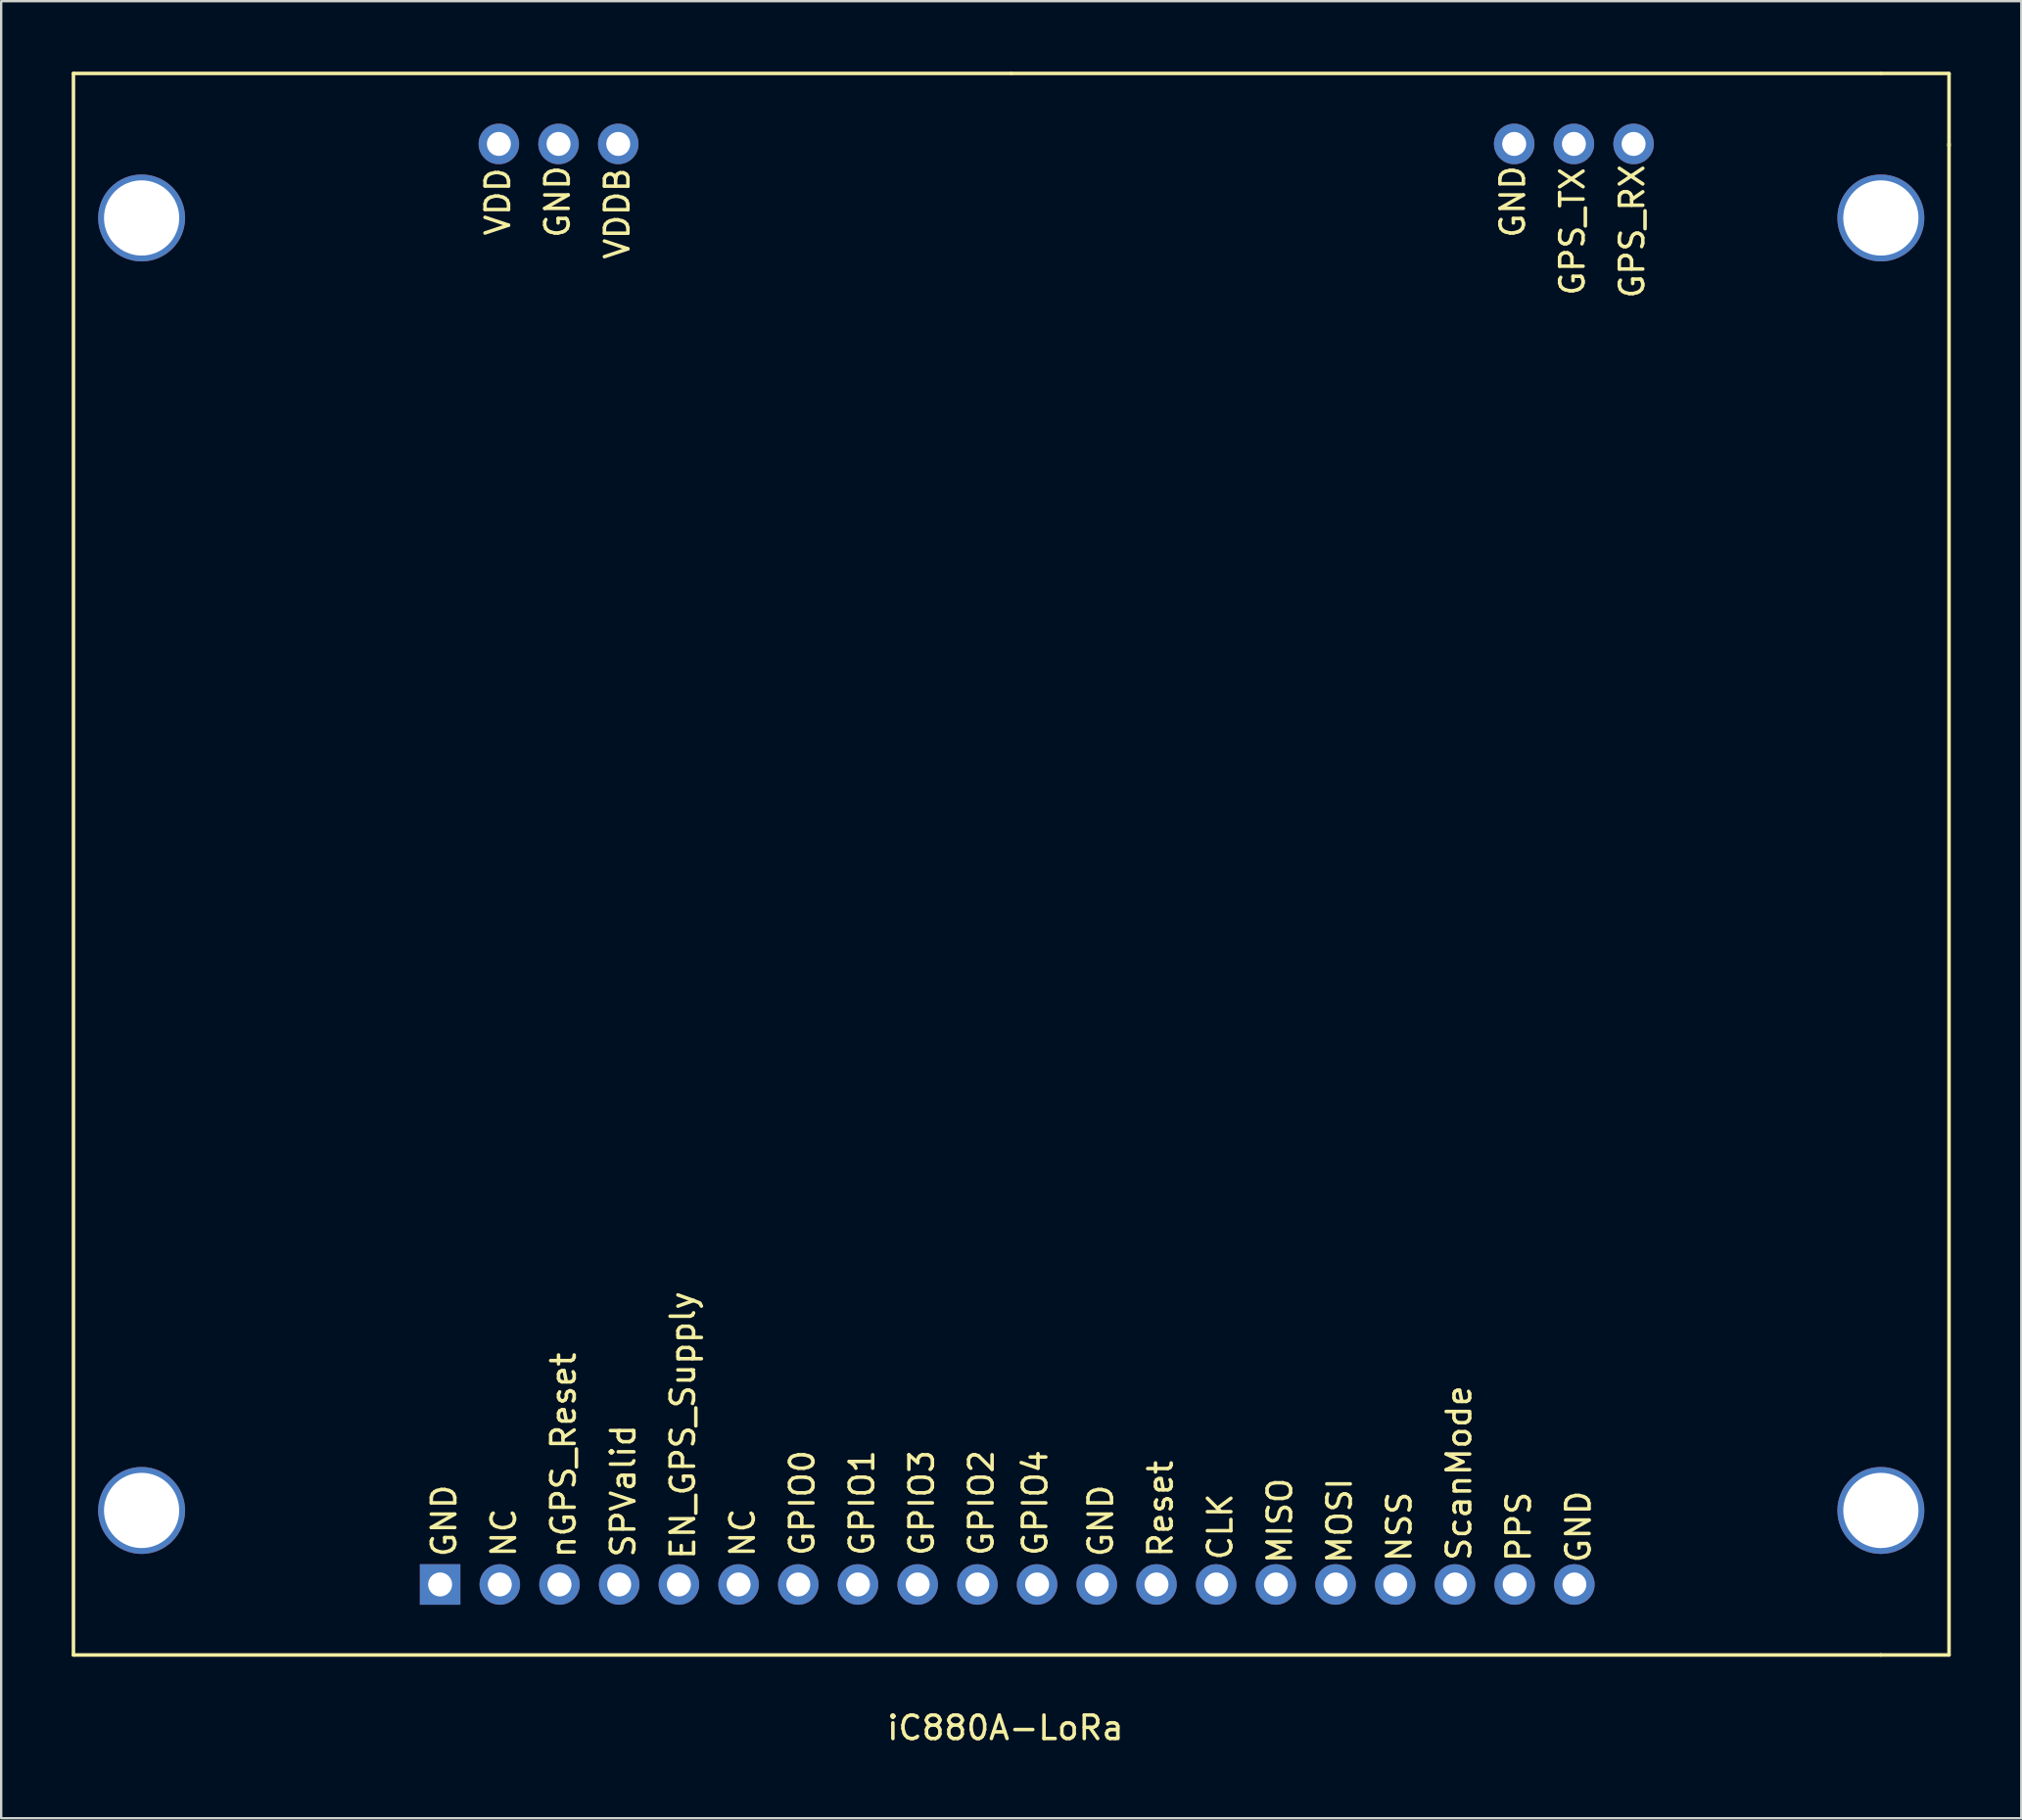
<source format=kicad_pcb>
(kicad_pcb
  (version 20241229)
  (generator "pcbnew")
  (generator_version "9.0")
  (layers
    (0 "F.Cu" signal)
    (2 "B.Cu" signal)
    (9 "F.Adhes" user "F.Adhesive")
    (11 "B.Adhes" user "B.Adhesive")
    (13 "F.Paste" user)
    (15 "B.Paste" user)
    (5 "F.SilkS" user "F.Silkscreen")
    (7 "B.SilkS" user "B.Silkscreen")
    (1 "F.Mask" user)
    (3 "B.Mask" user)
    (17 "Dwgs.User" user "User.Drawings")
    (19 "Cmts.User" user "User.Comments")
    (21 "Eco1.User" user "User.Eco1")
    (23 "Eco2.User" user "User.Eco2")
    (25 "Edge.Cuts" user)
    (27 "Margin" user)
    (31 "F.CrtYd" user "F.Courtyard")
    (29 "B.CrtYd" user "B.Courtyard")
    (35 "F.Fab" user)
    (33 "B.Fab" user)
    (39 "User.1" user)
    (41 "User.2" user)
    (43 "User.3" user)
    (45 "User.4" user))
  (footprint "iC880A-LoRa"
    (layer "F.Cu")
    (at 39.975 33.725)
    (property "Reference" "iC880A-LoRa" (at -0.25 36.75 0) (layer "F.SilkS") (effects (font (size 1 1) (thickness 0.15))))
    (attr through_hole)
    (fp_line (start -39.9 -33.65) (end -39.9 33.65) (stroke (width 0.15) (type solid)) (layer "F.SilkS"))
    (fp_line (start -39.9 33.65) (end 37 33.65) (stroke (width 0.15) (type solid)) (layer "F.SilkS"))
    (fp_line (start 0 -33.65) (end -39.9 -33.65) (stroke (width 0.15) (type solid)) (layer "F.SilkS"))
    (fp_line (start 0 -33.65) (end 37 -33.65) (stroke (width 0.15) (type solid)) (layer "F.SilkS"))
    (fp_line (start 36.99 33.65) (end 39.9 33.65) (stroke (width 0.15) (type solid)) (layer "F.SilkS"))
    (fp_line (start 37.03 -33.65) (end 39.9 -33.65) (stroke (width 0.15) (type solid)) (layer "F.SilkS"))
    (fp_line (start 39.9 -33.63) (end 39.9 -33.64) (stroke (width 0.15) (type solid)) (layer "F.SilkS"))
    (fp_line (start 39.9 -33.62) (end 39.9 -30.57) (stroke (width 0.15) (type solid)) (layer "F.SilkS"))
    (fp_line (start 39.9 33.65) (end 39.9 -30.65) (stroke (width 0.15) (type solid)) (layer "F.SilkS"))
    (fp_text user "SPValid" (at -16.51 26.67 90) (layer "F.SilkS") (effects (font (size 1 1) (thickness 0.15))))
    (fp_text user "PPS" (at 21.59 28.194 90) (layer "F.SilkS") (effects (font (size 1 1) (thickness 0.15))))
    (fp_text user "Reset" (at 6.35 27.432 90) (layer "F.SilkS") (effects (font (size 1 1) (thickness 0.15))))
    (fp_text user "GND" (at -19.304 -28.194 90) (layer "F.SilkS") (effects (font (size 1 1) (thickness 0.15))))
    (fp_text user "ScanMode" (at 19.05 25.908 90) (layer "F.SilkS") (effects (font (size 1 1) (thickness 0.15))))
    (fp_text user "EN_GPS_Supply" (at -13.97 23.876 90) (layer "F.SilkS") (effects (font (size 1 1) (thickness 0.15))))
    (fp_text user "GPS_TX" (at 23.876 -26.924 90) (layer "F.SilkS") (effects (font (size 1 1) (thickness 0.15))))
    (fp_text user "MISO" (at 11.43 27.94 90) (layer "F.SilkS") (effects (font (size 1 1) (thickness 0.15))))
    (fp_text user "GPS_RX" (at 26.416 -26.924 90) (layer "F.SilkS") (effects (font (size 1 1) (thickness 0.15))))
    (fp_text user "GND" (at 24.13 28.194 90) (layer "F.SilkS") (effects (font (size 1 1) (thickness 0.15))))
    (fp_text user "NC" (at -11.43 28.448 90) (layer "F.SilkS") (effects (font (size 1 1) (thickness 0.15))))
    (fp_text user "nGPS_Reset" (at -19.05 25.146 90) (layer "F.SilkS") (effects (font (size 1 1) (thickness 0.15))))
    (fp_text user "NC" (at -21.59 28.448 90) (layer "F.SilkS") (effects (font (size 1 1) (thickness 0.15))))
    (fp_text user "CLK" (at 8.89 28.194 90) (layer "F.SilkS") (effects (font (size 1 1) (thickness 0.15))))
    (fp_text user "NSS" (at 16.51 28.194 90) (layer "F.SilkS") (effects (font (size 1 1) (thickness 0.15))))
    (fp_text user "VDDB" (at -16.764 -27.686 90) (layer "F.SilkS") (effects (font (size 1 1) (thickness 0.15))))
    (fp_text user "GPIO1" (at -6.35 27.178 90) (layer "F.SilkS") (effects (font (size 1 1) (thickness 0.15))))
    (fp_text user "GND" (at 3.81 27.94 90) (layer "F.SilkS") (effects (font (size 1 1) (thickness 0.15))))
    (fp_text user "VDD" (at -21.844 -28.194 90) (layer "F.SilkS") (effects (font (size 1 1) (thickness 0.15))))
    (fp_text user "GND" (at -24.13 27.94 90) (layer "F.SilkS") (effects (font (size 1 1) (thickness 0.15))))
    (fp_text user "GPIO2" (at -1.27 27.178 90) (layer "F.SilkS") (effects (font (size 1 1) (thickness 0.15))))
    (fp_text user "GPIO3" (at -3.81 27.178 90) (layer "F.SilkS") (effects (font (size 1 1) (thickness 0.15))))
    (fp_text user "GPIO4" (at 1.016 27.178 90) (layer "F.SilkS") (effects (font (size 1 1) (thickness 0.15))))
    (fp_text user "MOSI" (at 13.97 27.94 90) (layer "F.SilkS") (effects (font (size 1 1) (thickness 0.15))))
    (fp_text user "GND" (at 21.336 -28.194 90) (layer "F.SilkS") (effects (font (size 1 1) (thickness 0.15))))
    (fp_text user "GPIO0" (at -8.89 27.178 90) (layer "F.SilkS") (effects (font (size 1 1) (thickness 0.15))))
    (pad "" thru_hole circle (at -37 -27.5) (size 3.7 3.7) (drill 3.2) (layers "*.Cu" "*.Mask"))
    (pad "" thru_hole circle (at -37 27.5) (size 3.7 3.7) (drill 3.2) (layers "*.Cu" "*.Mask"))
    (pad "" thru_hole circle (at 37 -27.5) (size 3.7 3.7) (drill 3.2) (layers "*.Cu" "*.Mask"))
    (pad "" thru_hole circle (at 37 27.5) (size 3.7 3.7) (drill 3.2) (layers "*.Cu" "*.Mask"))
    (pad "1" thru_hole rect (at -24.3 30.65) (size 1.724 1.724) (drill 1.02) (layers "*.Cu" "*.Mask"))
    (pad "2" thru_hole circle (at -21.76 30.65) (size 1.724 1.724) (drill 1.02) (layers "*.Cu" "*.Mask"))
    (pad "3" thru_hole circle (at -19.22 30.65) (size 1.724 1.724) (drill 1.02) (layers "*.Cu" "*.Mask"))
    (pad "4" thru_hole circle (at -16.68 30.65) (size 1.724 1.724) (drill 1.02) (layers "*.Cu" "*.Mask"))
    (pad "5" thru_hole circle (at -14.14 30.65) (size 1.724 1.724) (drill 1.02) (layers "*.Cu" "*.Mask"))
    (pad "6" thru_hole circle (at -11.6 30.65) (size 1.724 1.724) (drill 1.02) (layers "*.Cu" "*.Mask"))
    (pad "7" thru_hole circle (at -9.06 30.65) (size 1.724 1.724) (drill 1.02) (layers "*.Cu" "*.Mask"))
    (pad "8" thru_hole circle (at -6.52 30.65) (size 1.724 1.724) (drill 1.02) (layers "*.Cu" "*.Mask"))
    (pad "9" thru_hole circle (at -3.98 30.65) (size 1.724 1.724) (drill 1.02) (layers "*.Cu" "*.Mask"))
    (pad "10" thru_hole circle (at -1.44 30.65) (size 1.724 1.724) (drill 1.02) (layers "*.Cu" "*.Mask"))
    (pad "11" thru_hole circle (at 1.1 30.65) (size 1.724 1.724) (drill 1.02) (layers "*.Cu" "*.Mask"))
    (pad "12" thru_hole circle (at 3.64 30.65) (size 1.724 1.724) (drill 1.02) (layers "*.Cu" "*.Mask"))
    (pad "13" thru_hole circle (at 6.18 30.65) (size 1.724 1.724) (drill 1.02) (layers "*.Cu" "*.Mask"))
    (pad "14" thru_hole circle (at 8.72 30.65) (size 1.724 1.724) (drill 1.02) (layers "*.Cu" "*.Mask"))
    (pad "15" thru_hole circle (at 11.26 30.65) (size 1.724 1.724) (drill 1.02) (layers "*.Cu" "*.Mask"))
    (pad "16" thru_hole circle (at 13.8 30.65) (size 1.724 1.724) (drill 1.02) (layers "*.Cu" "*.Mask"))
    (pad "17" thru_hole circle (at 16.34 30.65) (size 1.724 1.724) (drill 1.02) (layers "*.Cu" "*.Mask"))
    (pad "18" thru_hole circle (at 18.88 30.65) (size 1.724 1.724) (drill 1.02) (layers "*.Cu" "*.Mask"))
    (pad "19" thru_hole circle (at 21.42 30.65) (size 1.724 1.724) (drill 1.02) (layers "*.Cu" "*.Mask"))
    (pad "20" thru_hole circle (at 23.96 30.65) (size 1.724 1.724) (drill 1.02) (layers "*.Cu" "*.Mask"))
    (pad "21" thru_hole circle (at -21.8 -30.65) (size 1.724 1.724) (drill 1.02) (layers "*.Cu" "*.Mask"))
    (pad "22" thru_hole circle (at -19.26 -30.65) (size 1.724 1.724) (drill 1.02) (layers "*.Cu" "*.Mask"))
    (pad "23" thru_hole circle (at -16.72 -30.65) (size 1.724 1.724) (drill 1.02) (layers "*.Cu" "*.Mask"))
    (pad "24" thru_hole circle (at 21.4 -30.65) (size 1.724 1.724) (drill 1.02) (layers "*.Cu" "*.Mask"))
    (pad "25" thru_hole circle (at 23.94 -30.65) (size 1.724 1.724) (drill 1.02) (layers "*.Cu" "*.Mask"))
    (pad "26" thru_hole circle (at 26.48 -30.65) (size 1.724 1.724) (drill 1.02) (layers "*.Cu" "*.Mask")))
  (gr_rect
    (start -3 -3)
    (end 82.95 74.323)
    (stroke (width 0.1) (type default))
    (fill no)
    (layer "Edge.Cuts")))
</source>
